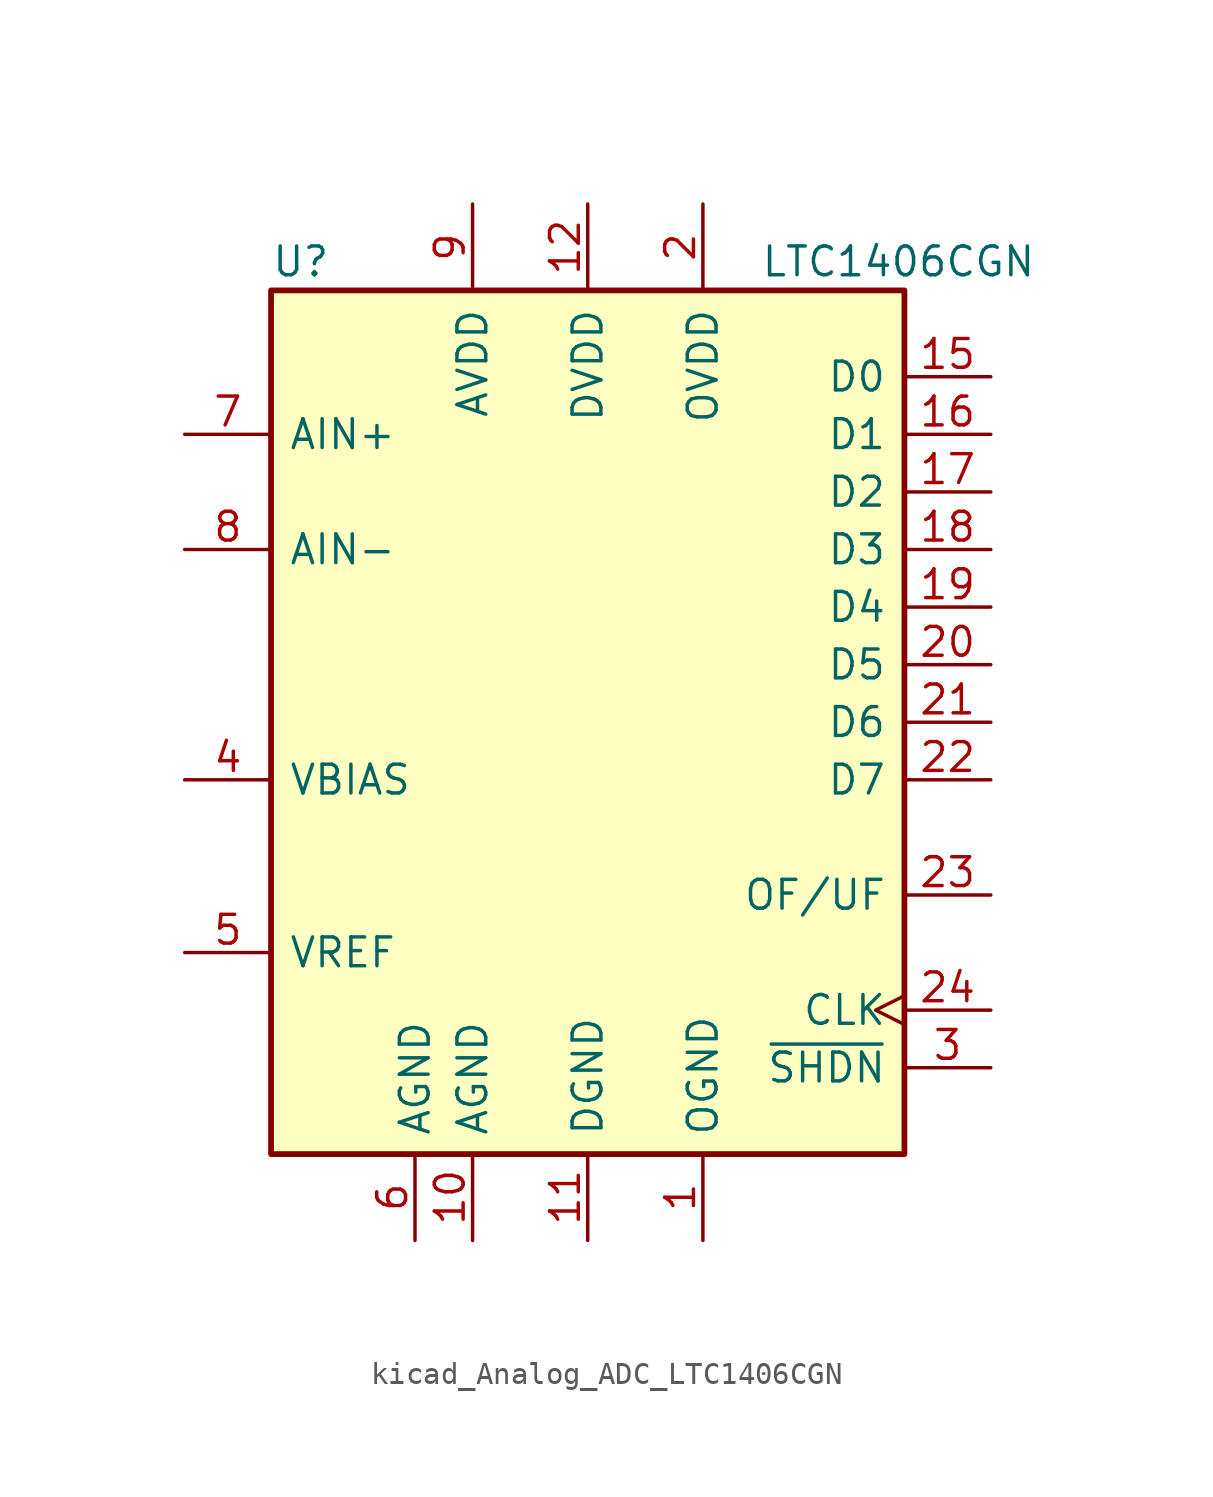
<source format=kicad_sym>
(kicad_symbol_lib
  (version 20220914)
  (generator kicad_symbol_editor)
  (symbol "kicad_Analog_ADC_LTC1406CGN"
    (pin_names
      (offset 0.762))
    (property "Reference" "U"
      (at -13.97 20.32 0)
      (effects (font (size 1.27 1.27)) (justify left)))
    (property "Value" "LTC1406CGN"
      (at 7.62 20.32 0)
      (effects (font (size 1.27 1.27)) (justify left)))
    (symbol "kicad_Analog_ADC_LTC1406CGN_0_1"
      (rectangle (start -13.97 -19.05) (end 13.97 19.05) (stroke (width 0.254) (type default)) (fill (type background))))
    (symbol "kicad_Analog_ADC_LTC1406CGN_1_1"
      (pin power_in line (at 5.08 -22.86 90) (length 3.81) (name "OGND" (effects (font (size 1.27 1.27)))) (number "1" (effects (font (size 1.27 1.27)))))
      (pin power_in line (at -5.08 -22.86 90) (length 3.81) (name "AGND" (effects (font (size 1.27 1.27)))) (number "10" (effects (font (size 1.27 1.27)))))
      (pin power_in line (at 0 -22.86 90) (length 3.81) (name "DGND" (effects (font (size 1.27 1.27)))) (number "11" (effects (font (size 1.27 1.27)))))
      (pin power_in line (at 0 22.86 270) (length 3.81) (name "DVDD" (effects (font (size 1.27 1.27)))) (number "12" (effects (font (size 1.27 1.27)))))
      (pin no_connect line (at 7.62 -19.05 90) (length 3.81) hide (name "NC" (effects (font (size 1.27 1.27)))) (number "13" (effects (font (size 1.27 1.27)))))
      (pin no_connect line (at 10.16 -19.05 90) (length 3.81) hide (name "NC" (effects (font (size 1.27 1.27)))) (number "14" (effects (font (size 1.27 1.27)))))
      (pin output line (at 17.78 15.24 180) (length 3.81) (name "D0" (effects (font (size 1.27 1.27)))) (number "15" (effects (font (size 1.27 1.27)))))
      (pin output line (at 17.78 12.7 180) (length 3.81) (name "D1" (effects (font (size 1.27 1.27)))) (number "16" (effects (font (size 1.27 1.27)))))
      (pin output line (at 17.78 10.16 180) (length 3.81) (name "D2" (effects (font (size 1.27 1.27)))) (number "17" (effects (font (size 1.27 1.27)))))
      (pin output line (at 17.78 7.62 180) (length 3.81) (name "D3" (effects (font (size 1.27 1.27)))) (number "18" (effects (font (size 1.27 1.27)))))
      (pin output line (at 17.78 5.08 180) (length 3.81) (name "D4" (effects (font (size 1.27 1.27)))) (number "19" (effects (font (size 1.27 1.27)))))
      (pin power_in line (at 5.08 22.86 270) (length 3.81) (name "OVDD" (effects (font (size 1.27 1.27)))) (number "2" (effects (font (size 1.27 1.27)))))
      (pin output line (at 17.78 2.54 180) (length 3.81) (name "D5" (effects (font (size 1.27 1.27)))) (number "20" (effects (font (size 1.27 1.27)))))
      (pin output line (at 17.78 0 180) (length 3.81) (name "D6" (effects (font (size 1.27 1.27)))) (number "21" (effects (font (size 1.27 1.27)))))
      (pin output line (at 17.78 -2.54 180) (length 3.81) (name "D7" (effects (font (size 1.27 1.27)))) (number "22" (effects (font (size 1.27 1.27)))))
      (pin output line (at 17.78 -7.62 180) (length 3.81) (name "OF/UF" (effects (font (size 1.27 1.27)))) (number "23" (effects (font (size 1.27 1.27)))))
      (pin input clock (at 17.78 -12.7 180) (length 3.81) (name "CLK" (effects (font (size 1.27 1.27)))) (number "24" (effects (font (size 1.27 1.27)))))
      (pin input line (at 17.78 -15.24 180) (length 3.81) (name "~{SHDN}" (effects (font (size 1.27 1.27)))) (number "3" (effects (font (size 1.27 1.27)))))
      (pin input line (at -17.78 -2.54 0) (length 3.81) (name "VBIAS" (effects (font (size 1.27 1.27)))) (number "4" (effects (font (size 1.27 1.27)))))
      (pin input line (at -17.78 -10.16 0) (length 3.81) (name "VREF" (effects (font (size 1.27 1.27)))) (number "5" (effects (font (size 1.27 1.27)))))
      (pin power_in line (at -7.62 -22.86 90) (length 3.81) (name "AGND" (effects (font (size 1.27 1.27)))) (number "6" (effects (font (size 1.27 1.27)))))
      (pin input line (at -17.78 12.7 0) (length 3.81) (name "AIN+" (effects (font (size 1.27 1.27)))) (number "7" (effects (font (size 1.27 1.27)))))
      (pin input line (at -17.78 7.62 0) (length 3.81) (name "AIN-" (effects (font (size 1.27 1.27)))) (number "8" (effects (font (size 1.27 1.27)))))
      (pin power_in line (at -5.08 22.86 270) (length 3.81) (name "AVDD" (effects (font (size 1.27 1.27)))) (number "9" (effects (font (size 1.27 1.27))))))))
</source>
